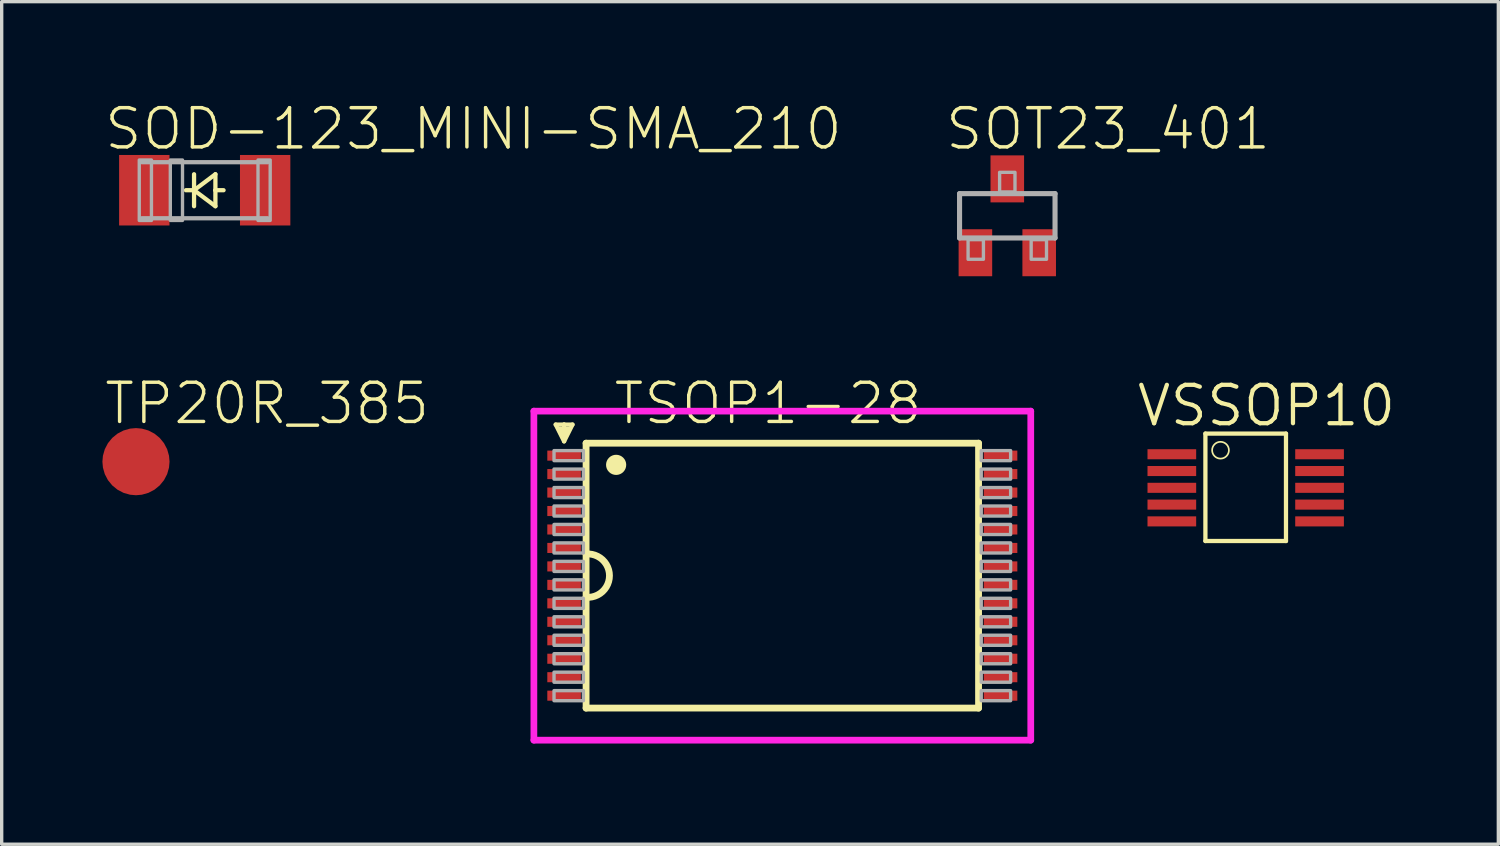
<source format=kicad_pcb>
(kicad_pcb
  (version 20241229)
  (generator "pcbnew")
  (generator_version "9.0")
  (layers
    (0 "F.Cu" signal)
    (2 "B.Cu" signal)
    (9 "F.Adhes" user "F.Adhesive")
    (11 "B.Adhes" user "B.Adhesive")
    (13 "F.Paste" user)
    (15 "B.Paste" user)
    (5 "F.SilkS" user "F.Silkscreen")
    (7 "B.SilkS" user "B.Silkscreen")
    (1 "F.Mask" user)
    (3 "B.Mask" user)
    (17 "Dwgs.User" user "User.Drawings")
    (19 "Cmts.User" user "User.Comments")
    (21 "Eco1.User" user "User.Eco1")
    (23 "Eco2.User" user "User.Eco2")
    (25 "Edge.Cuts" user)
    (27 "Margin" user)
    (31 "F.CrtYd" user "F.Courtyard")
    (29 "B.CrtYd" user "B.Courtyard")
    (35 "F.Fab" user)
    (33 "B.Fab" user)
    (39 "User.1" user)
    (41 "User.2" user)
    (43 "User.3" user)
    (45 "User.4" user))
  (footprint "SOT23_401"
    (layer "F.Cu")
    (at 26.953 3.378)
    (property "Reference" "SOT23_401" (at -1.905 -1.905 0) (unlocked yes) (layer "F.SilkS") (effects (font (size 1.168 1.168) (thickness 0.102)) (justify left bottom)))
    (fp_line (start -1.422 -0.66) (end 1.422 -0.66) (stroke (width 0.152) (type solid)) (layer "F.Fab"))
    (fp_line (start -1.422 0.66) (end -1.422 -0.66) (stroke (width 0.152) (type solid)) (layer "F.Fab"))
    (fp_line (start 1.422 -0.66) (end 1.422 0.66) (stroke (width 0.152) (type solid)) (layer "F.Fab"))
    (fp_line (start 1.422 0.66) (end -1.422 0.66) (stroke (width 0.152) (type solid)) (layer "F.Fab"))
    (fp_poly (pts (xy -1.168 1.295) (xy -0.711 1.295) (xy -0.711 0.711) (xy -1.168 0.711)) (stroke (width 0.1) (type default)) (fill no) (layer "F.Fab"))
    (fp_poly (pts (xy -0.229 -0.711) (xy 0.229 -0.711) (xy 0.229 -1.295) (xy -0.229 -1.295)) (stroke (width 0.1) (type default)) (fill no) (layer "F.Fab"))
    (fp_poly (pts (xy 0.711 1.295) (xy 1.168 1.295) (xy 1.168 0.711) (xy 0.711 0.711)) (stroke (width 0.1) (type default)) (fill no) (layer "F.Fab"))
    (pad "1" smd rect (at -0.95 1.1) (size 1 1.4) (layers "F.Cu" "F.Mask" "F.Paste"))
    (pad "2" smd rect (at 0.95 1.1) (size 1 1.4) (layers "F.Cu" "F.Mask" "F.Paste"))
    (pad "3" smd rect (at 0 -1.1) (size 1 1.4) (layers "F.Cu" "F.Mask" "F.Paste")))
  (footprint "TP20R_385"
    (layer "F.Cu")
    (at 1 10.701)
    (property "Reference" "TP20R_385" (at -1 -1.05 0) (unlocked yes) (layer "F.SilkS") (effects (font (size 1.168 1.168) (thickness 0.102)) (justify left bottom)))
    (pad "TP" smd roundrect (at 0 0) (size 2 2) (layers "F.Cu" "F.Mask") (roundrect_rratio 0.5)))
  (footprint "TSOP1-28"
    (layer "F.Cu")
    (at 20.252 14.096)
    (property "Reference" "TSOP1-28" (at -5.08 -4.445 0) (unlocked yes) (layer "F.SilkS") (effects (font (size 1.168 1.168) (thickness 0.102)) (justify left bottom)))
    (fp_poly (pts (xy -7.025 -3.4) (xy -5.975 -3.4) (xy -5.975 -3.75) (xy -7.025 -3.75)) (stroke (width 0) (type default)) (fill yes) (layer "F.Mask"))
    (fp_poly (pts (xy -7.025 -2.85) (xy -5.975 -2.85) (xy -5.975 -3.2) (xy -7.025 -3.2)) (stroke (width 0) (type default)) (fill yes) (layer "F.Mask"))
    (fp_poly (pts (xy -7.025 -2.3) (xy -5.975 -2.3) (xy -5.975 -2.65) (xy -7.025 -2.65)) (stroke (width 0) (type default)) (fill yes) (layer "F.Mask"))
    (fp_poly (pts (xy -7.025 -1.75) (xy -5.975 -1.75) (xy -5.975 -2.1) (xy -7.025 -2.1)) (stroke (width 0) (type default)) (fill yes) (layer "F.Mask"))
    (fp_poly (pts (xy -7.025 -1.2) (xy -5.975 -1.2) (xy -5.975 -1.55) (xy -7.025 -1.55)) (stroke (width 0) (type default)) (fill yes) (layer "F.Mask"))
    (fp_poly (pts (xy -7.025 -0.65) (xy -5.975 -0.65) (xy -5.975 -1) (xy -7.025 -1)) (stroke (width 0) (type default)) (fill yes) (layer "F.Mask"))
    (fp_poly (pts (xy -7.025 -0.1) (xy -5.975 -0.1) (xy -5.975 -0.45) (xy -7.025 -0.45)) (stroke (width 0) (type default)) (fill yes) (layer "F.Mask"))
    (fp_poly (pts (xy -7.025 0.45) (xy -5.975 0.45) (xy -5.975 0.1) (xy -7.025 0.1)) (stroke (width 0) (type default)) (fill yes) (layer "F.Mask"))
    (fp_poly (pts (xy -7.025 1) (xy -5.975 1) (xy -5.975 0.65) (xy -7.025 0.65)) (stroke (width 0) (type default)) (fill yes) (layer "F.Mask"))
    (fp_poly (pts (xy -7.025 1.55) (xy -5.975 1.55) (xy -5.975 1.2) (xy -7.025 1.2)) (stroke (width 0) (type default)) (fill yes) (layer "F.Mask"))
    (fp_poly (pts (xy -7.025 2.1) (xy -5.975 2.1) (xy -5.975 1.75) (xy -7.025 1.75)) (stroke (width 0) (type default)) (fill yes) (layer "F.Mask"))
    (fp_poly (pts (xy -7.025 2.65) (xy -5.975 2.65) (xy -5.975 2.3) (xy -7.025 2.3)) (stroke (width 0) (type default)) (fill yes) (layer "F.Mask"))
    (fp_poly (pts (xy -7.025 3.2) (xy -5.975 3.2) (xy -5.975 2.85) (xy -7.025 2.85)) (stroke (width 0) (type default)) (fill yes) (layer "F.Mask"))
    (fp_poly (pts (xy -7.025 3.75) (xy -5.975 3.75) (xy -5.975 3.4) (xy -7.025 3.4)) (stroke (width 0) (type default)) (fill yes) (layer "F.Mask"))
    (fp_poly (pts (xy 7.025 -3.75) (xy 5.975 -3.75) (xy 5.975 -3.4) (xy 7.025 -3.4)) (stroke (width 0) (type default)) (fill yes) (layer "F.Mask"))
    (fp_poly (pts (xy 7.025 -3.2) (xy 5.975 -3.2) (xy 5.975 -2.85) (xy 7.025 -2.85)) (stroke (width 0) (type default)) (fill yes) (layer "F.Mask"))
    (fp_poly (pts (xy 7.025 -2.65) (xy 5.975 -2.65) (xy 5.975 -2.3) (xy 7.025 -2.3)) (stroke (width 0) (type default)) (fill yes) (layer "F.Mask"))
    (fp_poly (pts (xy 7.025 -2.1) (xy 5.975 -2.1) (xy 5.975 -1.75) (xy 7.025 -1.75)) (stroke (width 0) (type default)) (fill yes) (layer "F.Mask"))
    (fp_poly (pts (xy 7.025 -1.55) (xy 5.975 -1.55) (xy 5.975 -1.2) (xy 7.025 -1.2)) (stroke (width 0) (type default)) (fill yes) (layer "F.Mask"))
    (fp_poly (pts (xy 7.025 -1) (xy 5.975 -1) (xy 5.975 -0.65) (xy 7.025 -0.65)) (stroke (width 0) (type default)) (fill yes) (layer "F.Mask"))
    (fp_poly (pts (xy 7.025 -0.45) (xy 5.975 -0.45) (xy 5.975 -0.1) (xy 7.025 -0.1)) (stroke (width 0) (type default)) (fill yes) (layer "F.Mask"))
    (fp_poly (pts (xy 7.025 0.1) (xy 5.975 0.1) (xy 5.975 0.45) (xy 7.025 0.45)) (stroke (width 0) (type default)) (fill yes) (layer "F.Mask"))
    (fp_poly (pts (xy 7.025 0.65) (xy 5.975 0.65) (xy 5.975 1) (xy 7.025 1)) (stroke (width 0) (type default)) (fill yes) (layer "F.Mask"))
    (fp_poly (pts (xy 7.025 1.2) (xy 5.975 1.2) (xy 5.975 1.55) (xy 7.025 1.55)) (stroke (width 0) (type default)) (fill yes) (layer "F.Mask"))
    (fp_poly (pts (xy 7.025 1.75) (xy 5.975 1.75) (xy 5.975 2.1) (xy 7.025 2.1)) (stroke (width 0) (type default)) (fill yes) (layer "F.Mask"))
    (fp_poly (pts (xy 7.025 2.3) (xy 5.975 2.3) (xy 5.975 2.65) (xy 7.025 2.65)) (stroke (width 0) (type default)) (fill yes) (layer "F.Mask"))
    (fp_poly (pts (xy 7.025 2.85) (xy 5.975 2.85) (xy 5.975 3.2) (xy 7.025 3.2)) (stroke (width 0) (type default)) (fill yes) (layer "F.Mask"))
    (fp_poly (pts (xy 7.025 3.4) (xy 5.975 3.4) (xy 5.975 3.75) (xy 7.025 3.75)) (stroke (width 0) (type default)) (fill yes) (layer "F.Mask"))
    (fp_line (start -6.75 -4.5) (end -6.5 -4) (stroke (width 0.127) (type solid)) (layer "F.SilkS"))
    (fp_line (start -6.625 -4.375) (end -6.5 -4.125) (stroke (width 0.127) (type solid)) (layer "F.SilkS"))
    (fp_line (start -6.5 -4.5) (end -6.75 -4.5) (stroke (width 0.127) (type solid)) (layer "F.SilkS"))
    (fp_line (start -6.5 -4.5) (end -6.5 -4.25) (stroke (width 0.127) (type solid)) (layer "F.SilkS"))
    (fp_line (start -6.5 -4.125) (end -6.375 -4.375) (stroke (width 0.127) (type solid)) (layer "F.SilkS"))
    (fp_line (start -6.5 -4) (end -6.25 -4.5) (stroke (width 0.127) (type solid)) (layer "F.SilkS"))
    (fp_line (start -6.375 -4.375) (end -6.625 -4.375) (stroke (width 0.127) (type solid)) (layer "F.SilkS"))
    (fp_line (start -6.25 -4.5) (end -6.5 -4.5) (stroke (width 0.127) (type solid)) (layer "F.SilkS"))
    (fp_line (start -5.845 -3.945) (end 5.845 -3.945) (stroke (width 0.203) (type solid)) (layer "F.SilkS"))
    (fp_line (start -5.845 -0.645) (end -5.845 -3.945) (stroke (width 0.203) (type solid)) (layer "F.SilkS"))
    (fp_line (start -5.845 0.645) (end -5.845 -0.645) (stroke (width 0.203) (type solid)) (layer "F.SilkS"))
    (fp_line (start -5.845 3.945) (end -5.845 0.645) (stroke (width 0.203) (type solid)) (layer "F.SilkS"))
    (fp_line (start 5.845 -3.945) (end 5.845 3.945) (stroke (width 0.203) (type solid)) (layer "F.SilkS"))
    (fp_line (start 5.845 3.945) (end -5.845 3.945) (stroke (width 0.203) (type solid)) (layer "F.SilkS"))
    (fp_arc (start -5.844998 -0.645) (mid -5.148064 0.000001) (end -5.845 0.645) (stroke (width 0.2032) (type solid)) (layer "F.SilkS"))
    (fp_circle (center -4.95 -3.3) (end -4.8 -3.3) (stroke (width 0.301) (type solid)) (fill yes) (layer "F.SilkS"))
    (fp_line (start -7.4 -4.9) (end 7.4 -4.9) (stroke (width 0.2) (type solid)) (layer "F.CrtYd"))
    (fp_line (start -7.4 4.9) (end -7.4 -4.9) (stroke (width 0.2) (type solid)) (layer "F.CrtYd"))
    (fp_line (start 7.4 -4.9) (end 7.4 4.9) (stroke (width 0.2) (type solid)) (layer "F.CrtYd"))
    (fp_line (start 7.4 4.9) (end -7.4 4.9) (stroke (width 0.2) (type solid)) (layer "F.CrtYd"))
    (fp_poly (pts (xy -6.8 -3.425) (xy -5.925 -3.425) (xy -5.925 -3.725) (xy -6.8 -3.725)) (stroke (width 0.1) (type default)) (fill no) (layer "F.Fab"))
    (fp_poly (pts (xy -6.8 -2.875) (xy -5.925 -2.875) (xy -5.925 -3.175) (xy -6.8 -3.175)) (stroke (width 0.1) (type default)) (fill no) (layer "F.Fab"))
    (fp_poly (pts (xy -6.8 -2.325) (xy -5.925 -2.325) (xy -5.925 -2.625) (xy -6.8 -2.625)) (stroke (width 0.1) (type default)) (fill no) (layer "F.Fab"))
    (fp_poly (pts (xy -6.8 -1.775) (xy -5.925 -1.775) (xy -5.925 -2.075) (xy -6.8 -2.075)) (stroke (width 0.1) (type default)) (fill no) (layer "F.Fab"))
    (fp_poly (pts (xy -6.8 -1.225) (xy -5.925 -1.225) (xy -5.925 -1.525) (xy -6.8 -1.525)) (stroke (width 0.1) (type default)) (fill no) (layer "F.Fab"))
    (fp_poly (pts (xy -6.8 -0.675) (xy -5.925 -0.675) (xy -5.925 -0.975) (xy -6.8 -0.975)) (stroke (width 0.1) (type default)) (fill no) (layer "F.Fab"))
    (fp_poly (pts (xy -6.8 -0.125) (xy -5.925 -0.125) (xy -5.925 -0.425) (xy -6.8 -0.425)) (stroke (width 0.1) (type default)) (fill no) (layer "F.Fab"))
    (fp_poly (pts (xy -6.8 0.425) (xy -5.925 0.425) (xy -5.925 0.125) (xy -6.8 0.125)) (stroke (width 0.1) (type default)) (fill no) (layer "F.Fab"))
    (fp_poly (pts (xy -6.8 0.975) (xy -5.925 0.975) (xy -5.925 0.675) (xy -6.8 0.675)) (stroke (width 0.1) (type default)) (fill no) (layer "F.Fab"))
    (fp_poly (pts (xy -6.8 1.525) (xy -5.925 1.525) (xy -5.925 1.225) (xy -6.8 1.225)) (stroke (width 0.1) (type default)) (fill no) (layer "F.Fab"))
    (fp_poly (pts (xy -6.8 2.075) (xy -5.925 2.075) (xy -5.925 1.775) (xy -6.8 1.775)) (stroke (width 0.1) (type default)) (fill no) (layer "F.Fab"))
    (fp_poly (pts (xy -6.8 2.625) (xy -5.925 2.625) (xy -5.925 2.325) (xy -6.8 2.325)) (stroke (width 0.1) (type default)) (fill no) (layer "F.Fab"))
    (fp_poly (pts (xy -6.8 3.175) (xy -5.925 3.175) (xy -5.925 2.875) (xy -6.8 2.875)) (stroke (width 0.1) (type default)) (fill no) (layer "F.Fab"))
    (fp_poly (pts (xy -6.8 3.725) (xy -5.925 3.725) (xy -5.925 3.425) (xy -6.8 3.425)) (stroke (width 0.1) (type default)) (fill no) (layer "F.Fab"))
    (fp_poly (pts (xy 6.8 -3.725) (xy 5.925 -3.725) (xy 5.925 -3.425) (xy 6.8 -3.425)) (stroke (width 0.1) (type default)) (fill no) (layer "F.Fab"))
    (fp_poly (pts (xy 6.8 -3.175) (xy 5.925 -3.175) (xy 5.925 -2.875) (xy 6.8 -2.875)) (stroke (width 0.1) (type default)) (fill no) (layer "F.Fab"))
    (fp_poly (pts (xy 6.8 -2.625) (xy 5.925 -2.625) (xy 5.925 -2.325) (xy 6.8 -2.325)) (stroke (width 0.1) (type default)) (fill no) (layer "F.Fab"))
    (fp_poly (pts (xy 6.8 -2.075) (xy 5.925 -2.075) (xy 5.925 -1.775) (xy 6.8 -1.775)) (stroke (width 0.1) (type default)) (fill no) (layer "F.Fab"))
    (fp_poly (pts (xy 6.8 -1.525) (xy 5.925 -1.525) (xy 5.925 -1.225) (xy 6.8 -1.225)) (stroke (width 0.1) (type default)) (fill no) (layer "F.Fab"))
    (fp_poly (pts (xy 6.8 -0.975) (xy 5.925 -0.975) (xy 5.925 -0.675) (xy 6.8 -0.675)) (stroke (width 0.1) (type default)) (fill no) (layer "F.Fab"))
    (fp_poly (pts (xy 6.8 -0.425) (xy 5.925 -0.425) (xy 5.925 -0.125) (xy 6.8 -0.125)) (stroke (width 0.1) (type default)) (fill no) (layer "F.Fab"))
    (fp_poly (pts (xy 6.8 0.125) (xy 5.925 0.125) (xy 5.925 0.425) (xy 6.8 0.425)) (stroke (width 0.1) (type default)) (fill no) (layer "F.Fab"))
    (fp_poly (pts (xy 6.8 0.675) (xy 5.925 0.675) (xy 5.925 0.975) (xy 6.8 0.975)) (stroke (width 0.1) (type default)) (fill no) (layer "F.Fab"))
    (fp_poly (pts (xy 6.8 1.225) (xy 5.925 1.225) (xy 5.925 1.525) (xy 6.8 1.525)) (stroke (width 0.1) (type default)) (fill no) (layer "F.Fab"))
    (fp_poly (pts (xy 6.8 1.775) (xy 5.925 1.775) (xy 5.925 2.075) (xy 6.8 2.075)) (stroke (width 0.1) (type default)) (fill no) (layer "F.Fab"))
    (fp_poly (pts (xy 6.8 2.325) (xy 5.925 2.325) (xy 5.925 2.625) (xy 6.8 2.625)) (stroke (width 0.1) (type default)) (fill no) (layer "F.Fab"))
    (fp_poly (pts (xy 6.8 2.875) (xy 5.925 2.875) (xy 5.925 3.175) (xy 6.8 3.175)) (stroke (width 0.1) (type default)) (fill no) (layer "F.Fab"))
    (fp_poly (pts (xy 6.8 3.425) (xy 5.925 3.425) (xy 5.925 3.725) (xy 6.8 3.725)) (stroke (width 0.1) (type default)) (fill no) (layer "F.Fab"))
    (pad "1" smd rect (at -6.5 -3.575) (size 1 0.3) (layers "F.Cu" "F.Paste"))
    (pad "2" smd rect (at -6.5 -3.025) (size 1 0.3) (layers "F.Cu" "F.Paste"))
    (pad "3" smd rect (at -6.5 -2.475) (size 1 0.3) (layers "F.Cu" "F.Paste"))
    (pad "4" smd rect (at -6.5 -1.925) (size 1 0.3) (layers "F.Cu" "F.Paste"))
    (pad "5" smd rect (at -6.5 -1.375) (size 1 0.3) (layers "F.Cu" "F.Paste"))
    (pad "6" smd rect (at -6.5 -0.825) (size 1 0.3) (layers "F.Cu" "F.Paste"))
    (pad "7" smd rect (at -6.5 -0.275) (size 1 0.3) (layers "F.Cu" "F.Paste"))
    (pad "8" smd rect (at -6.5 0.275 180) (size 1 0.3) (layers "F.Cu" "F.Paste"))
    (pad "9" smd rect (at -6.5 0.825 180) (size 1 0.3) (layers "F.Cu" "F.Paste"))
    (pad "10" smd rect (at -6.5 1.375 180) (size 1 0.3) (layers "F.Cu" "F.Paste"))
    (pad "11" smd rect (at -6.5 1.925 180) (size 1 0.3) (layers "F.Cu" "F.Paste"))
    (pad "12" smd rect (at -6.5 2.475 180) (size 1 0.3) (layers "F.Cu" "F.Paste"))
    (pad "13" smd rect (at -6.5 3.025 180) (size 1 0.3) (layers "F.Cu" "F.Paste"))
    (pad "14" smd rect (at -6.5 3.575 180) (size 1 0.3) (layers "F.Cu" "F.Paste"))
    (pad "15" smd rect (at 6.5 3.575) (size 1 0.3) (layers "F.Cu" "F.Paste"))
    (pad "16" smd rect (at 6.5 3.025) (size 1 0.3) (layers "F.Cu" "F.Paste"))
    (pad "17" smd rect (at 6.5 2.475) (size 1 0.3) (layers "F.Cu" "F.Paste"))
    (pad "18" smd rect (at 6.5 1.925) (size 1 0.3) (layers "F.Cu" "F.Paste"))
    (pad "19" smd rect (at 6.5 1.375) (size 1 0.3) (layers "F.Cu" "F.Paste"))
    (pad "20" smd rect (at 6.5 0.825) (size 1 0.3) (layers "F.Cu" "F.Paste"))
    (pad "21" smd rect (at 6.5 0.275) (size 1 0.3) (layers "F.Cu" "F.Paste"))
    (pad "22" smd rect (at 6.5 -0.275 180) (size 1 0.3) (layers "F.Cu" "F.Paste"))
    (pad "23" smd rect (at 6.5 -0.825 180) (size 1 0.3) (layers "F.Cu" "F.Paste"))
    (pad "24" smd rect (at 6.5 -1.375 180) (size 1 0.3) (layers "F.Cu" "F.Paste"))
    (pad "25" smd rect (at 6.5 -1.925 180) (size 1 0.3) (layers "F.Cu" "F.Paste"))
    (pad "26" smd rect (at 6.5 -2.475 180) (size 1 0.3) (layers "F.Cu" "F.Paste"))
    (pad "27" smd rect (at 6.5 -3.025 180) (size 1 0.3) (layers "F.Cu" "F.Paste"))
    (pad "28" smd rect (at 6.5 -3.575 180) (size 1 0.3) (layers "F.Cu" "F.Paste")))
  (footprint "SOD-123_MINI-SMA_210"
    (layer "F.Cu")
    (at 3.048 2.616)
    (property "Reference" "SOD-123_MINI-SMA_210" (at -3.048 -1.143 0) (unlocked yes) (layer "F.SilkS") (effects (font (size 1.168 1.168) (thickness 0.102)) (justify left bottom)))
    (fp_line (start -0.318 0) (end -0.561 0) (stroke (width 0.127) (type solid)) (layer "F.SilkS"))
    (fp_line (start -0.318 0) (end -0.318 -0.476) (stroke (width 0.127) (type solid)) (layer "F.SilkS"))
    (fp_line (start -0.318 0) (end -0.318 0.476) (stroke (width 0.127) (type solid)) (layer "F.SilkS"))
    (fp_line (start -0.318 0) (end 0.318 0.476) (stroke (width 0.127) (type solid)) (layer "F.SilkS"))
    (fp_line (start 0.318 -0.476) (end -0.318 0) (stroke (width 0.127) (type solid)) (layer "F.SilkS"))
    (fp_line (start 0.318 0) (end 0.318 -0.476) (stroke (width 0.127) (type solid)) (layer "F.SilkS"))
    (fp_line (start 0.318 0) (end 0.561 0) (stroke (width 0.127) (type solid)) (layer "F.SilkS"))
    (fp_line (start 0.318 0.476) (end 0.318 0) (stroke (width 0.127) (type solid)) (layer "F.SilkS"))
    (fp_line (start -1.873 -0.835) (end 1.873 -0.835) (stroke (width 0.127) (type solid)) (layer "F.Fab"))
    (fp_line (start -1.873 0.835) (end 1.873 0.835) (stroke (width 0.127) (type solid)) (layer "F.Fab"))
    (fp_poly (pts (xy -1.95 0.9) (xy -1.587 0.9) (xy -1.587 -0.9) (xy -1.95 -0.9)) (stroke (width 0.1) (type default)) (fill no) (layer "F.Fab"))
    (fp_poly (pts (xy -1.025 0.9) (xy -0.662 0.9) (xy -0.662 -0.9) (xy -1.025 -0.9)) (stroke (width 0.1) (type default)) (fill no) (layer "F.Fab"))
    (fp_poly (pts (xy 1.587 0.9) (xy 1.95 0.9) (xy 1.95 -0.9) (xy 1.587 -0.9)) (stroke (width 0.1) (type default)) (fill no) (layer "F.Fab"))
    (pad "A" smd rect (at 1.8 0 180) (size 1.5 2.1) (layers "F.Cu" "F.Mask" "F.Paste"))
    (pad "C" smd rect (at -1.8 0 180) (size 1.5 2.1) (layers "F.Cu" "F.Mask" "F.Paste")))
  (footprint "VSSOP10"
    (layer "F.Cu")
    (at 34.054 11.465)
    (property "Reference" "VSSOP10" (at -3.302 -1.763 0) (unlocked yes) (layer "F.SilkS") (effects (font (size 1.143 1.143) (thickness 0.127)) (justify left bottom)))
    (fp_line (start -1.2 -1.6) (end -1.2 1.6) (stroke (width 0.127) (type solid)) (layer "F.SilkS"))
    (fp_line (start -1.2 1.6) (end 1.2 1.6) (stroke (width 0.127) (type solid)) (layer "F.SilkS"))
    (fp_line (start 1.2 -1.6) (end -1.2 -1.6) (stroke (width 0.127) (type solid)) (layer "F.SilkS"))
    (fp_line (start 1.2 1.6) (end 1.2 -1.6) (stroke (width 0.127) (type solid)) (layer "F.SilkS"))
    (fp_circle (center -0.75 -1.105) (end -0.5 -1.105) (stroke (width 0.051) (type solid)) (fill no) (layer "F.SilkS"))
    (pad "1" smd rect (at -2.2 -0.985 270) (size 0.3 1.45) (layers "F.Cu" "F.Mask" "F.Paste"))
    (pad "2" smd rect (at -2.2 -0.485 270) (size 0.3 1.45) (layers "F.Cu" "F.Mask" "F.Paste"))
    (pad "3" smd rect (at -2.2 0.015 270) (size 0.3 1.45) (layers "F.Cu" "F.Mask" "F.Paste"))
    (pad "4" smd rect (at -2.2 0.515 270) (size 0.3 1.45) (layers "F.Cu" "F.Mask" "F.Paste"))
    (pad "5" smd rect (at -2.2 1.015 270) (size 0.3 1.45) (layers "F.Cu" "F.Mask" "F.Paste"))
    (pad "6" smd rect (at 2.2 1.015 270) (size 0.3 1.45) (layers "F.Cu" "F.Mask" "F.Paste"))
    (pad "7" smd rect (at 2.2 0.515 270) (size 0.3 1.45) (layers "F.Cu" "F.Mask" "F.Paste"))
    (pad "8" smd rect (at 2.2 0.015 270) (size 0.3 1.45) (layers "F.Cu" "F.Mask" "F.Paste"))
    (pad "9" smd rect (at 2.2 -0.485 270) (size 0.3 1.45) (layers "F.Cu" "F.Mask" "F.Paste"))
    (pad "10" smd rect (at 2.2 -0.985 270) (size 0.3 1.45) (layers "F.Cu" "F.Mask" "F.Paste")))
  (gr_rect
    (start -3 -3)
    (end 41.579 22.096)
    (stroke (width 0.1) (type default))
    (fill no)
    (layer "Edge.Cuts")))
</source>
